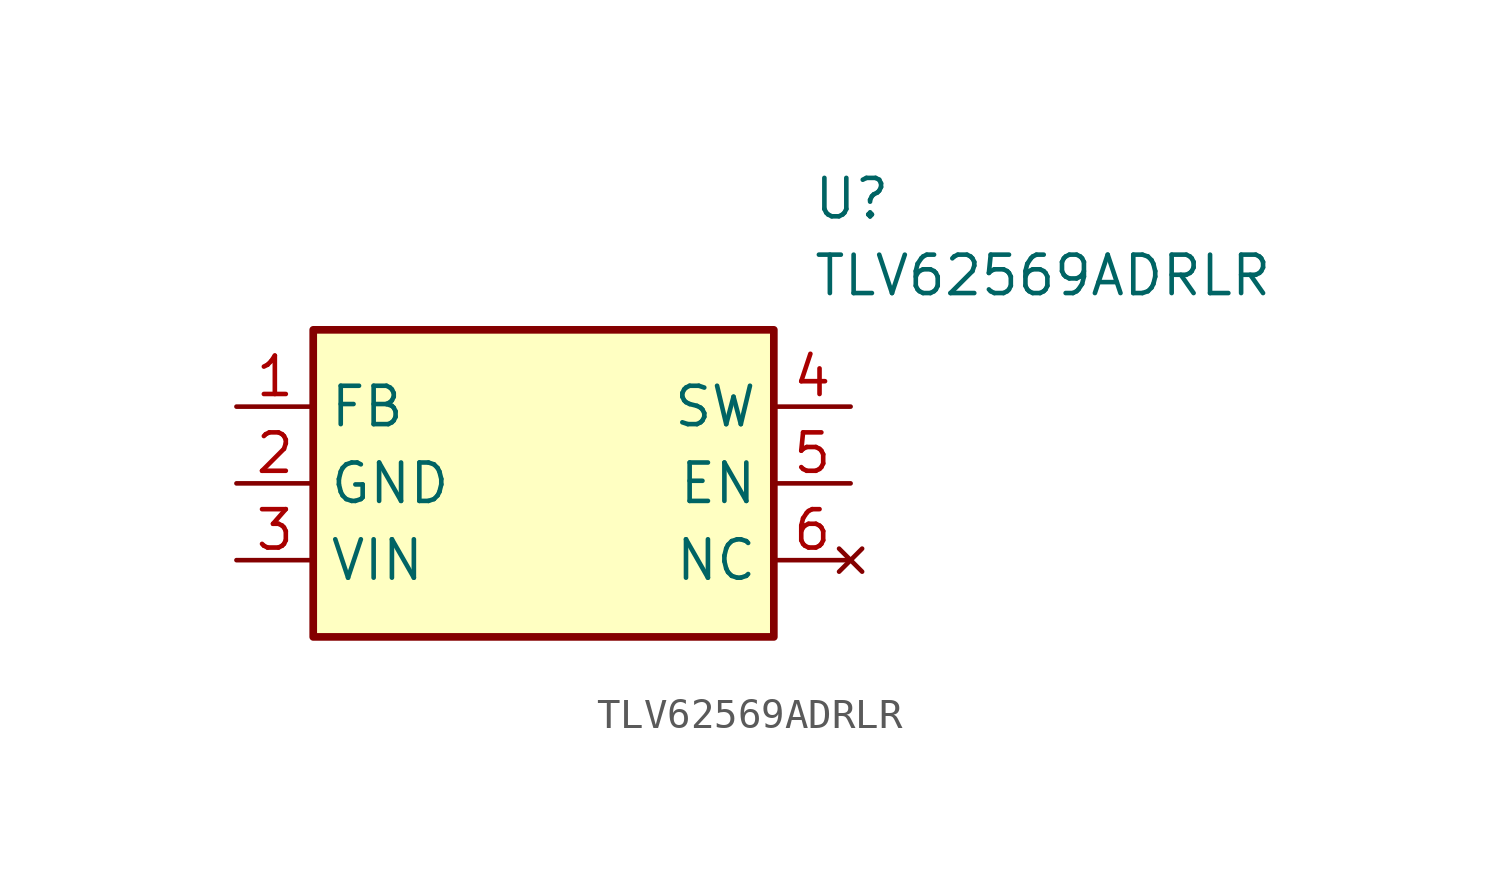
<source format=kicad_sym>
(kicad_symbol_lib
  (version 20241209)
  (generator "kicad_symbol_editor")
  (generator_version "9.0")
  (symbol "TLV62569ADRLR"
    (property "Reference" "U"
      (at 21.59 7.62 0)
      (effects (font (size 1.27 1.27)) (justify left top)))
    (property "Value" "TLV62569ADRLR"
      (at 21.59 5.08 0)
      (effects (font (size 1.27 1.27)) (justify left top)))
    (symbol "TLV62569ADRLR_1_1"
      (rectangle (start 5.08 2.54) (end 20.32 -7.62) (stroke (width 0.254) (type default)) (fill (type background)))
      (pin passive line (at 2.54 0 0) (length 2.54) (name "FB" (effects (font (size 1.27 1.27)))) (number "1" (effects (font (size 1.27 1.27)))))
      (pin passive line (at 2.54 -2.54 0) (length 2.54) (name "GND" (effects (font (size 1.27 1.27)))) (number "2" (effects (font (size 1.27 1.27)))))
      (pin passive line (at 2.54 -5.08 0) (length 2.54) (name "VIN" (effects (font (size 1.27 1.27)))) (number "3" (effects (font (size 1.27 1.27)))))
      (pin passive line (at 22.86 0 180) (length 2.54) (name "SW" (effects (font (size 1.27 1.27)))) (number "4" (effects (font (size 1.27 1.27)))))
      (pin passive line (at 22.86 -2.54 180) (length 2.54) (name "EN" (effects (font (size 1.27 1.27)))) (number "5" (effects (font (size 1.27 1.27)))))
      (pin no_connect line (at 22.86 -5.08 180) (length 2.54) (name "NC" (effects (font (size 1.27 1.27)))) (number "6" (effects (font (size 1.27 1.27))))))))
</source>
